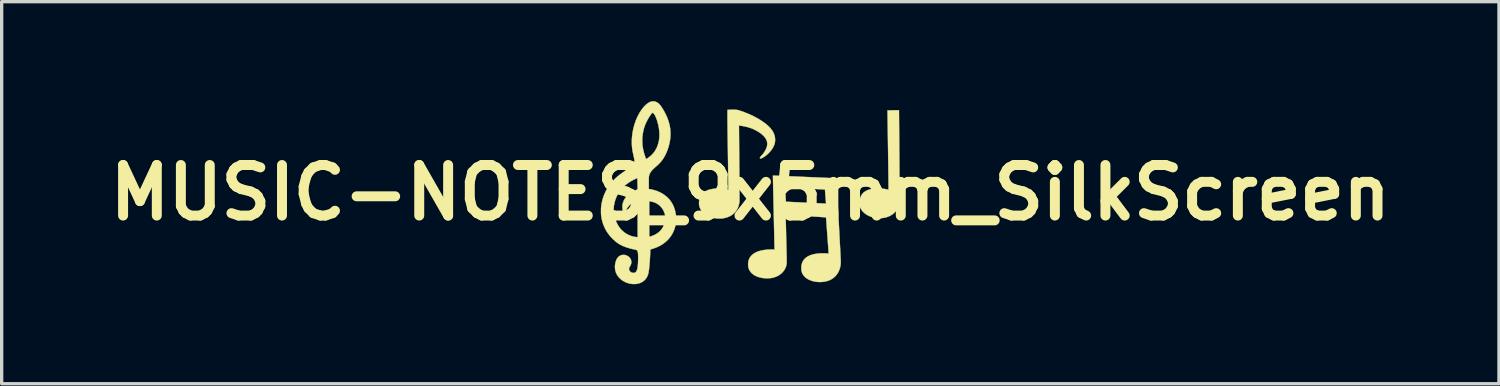
<source format=kicad_pcb>
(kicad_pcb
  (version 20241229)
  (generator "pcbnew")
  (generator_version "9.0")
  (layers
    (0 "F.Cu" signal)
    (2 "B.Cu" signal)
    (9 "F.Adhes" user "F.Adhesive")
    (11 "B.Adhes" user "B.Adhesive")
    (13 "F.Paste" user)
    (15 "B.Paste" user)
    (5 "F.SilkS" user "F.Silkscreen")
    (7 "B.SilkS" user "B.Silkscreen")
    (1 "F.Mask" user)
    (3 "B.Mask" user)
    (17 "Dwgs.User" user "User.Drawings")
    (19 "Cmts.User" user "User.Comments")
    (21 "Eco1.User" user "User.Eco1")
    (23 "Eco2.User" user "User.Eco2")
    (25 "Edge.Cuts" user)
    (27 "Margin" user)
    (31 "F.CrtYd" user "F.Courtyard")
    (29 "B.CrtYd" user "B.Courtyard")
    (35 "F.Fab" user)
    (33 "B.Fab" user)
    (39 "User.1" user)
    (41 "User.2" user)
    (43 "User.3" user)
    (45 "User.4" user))
  (footprint "MUSIC-NOTES_9x5mm_SilkScreen"
    (layer "F.Cu")
    (at 19.565 2.758)
    (property "Reference" "MUSIC-NOTES_9x5mm_SilkScreen" (at 0 0 0) (layer "F.SilkS") (effects (font (size 1.524 1.524) (thickness 0.3))))
    (attr through_hole)
    (fp_poly (pts (xy 4.477 -2.486) (xy 4.481 -2.486) (xy 4.481 -2.486) (xy 4.481 -2.484) (xy 4.481 -2.479) (xy 4.482 -2.471) (xy 4.482 -2.459) (xy 4.482 -2.445) (xy 4.482 -2.428) (xy 4.482 -2.408) (xy 4.482 -2.385) (xy 4.483 -2.36) (xy 4.483 -2.332) (xy 4.483 -2.302) (xy 4.483 -2.269) (xy 4.484 -2.235) (xy 4.484 -2.198) (xy 4.484 -2.159) (xy 4.485 -2.118) (xy 4.485 -2.076) (xy 4.485 -2.032) (xy 4.486 -1.986) (xy 4.486 -1.938) (xy 4.486 -1.889) (xy 4.487 -1.839) (xy 4.487 -1.788) (xy 4.488 -1.736) (xy 4.488 -1.682) (xy 4.488 -1.628) (xy 4.489 -1.572) (xy 4.489 -1.516) (xy 4.49 -1.46) (xy 4.49 -1.403) (xy 4.49 -1.345) (xy 4.491 -1.287) (xy 4.491 -1.229) (xy 4.492 -1.171) (xy 4.492 -1.112) (xy 4.492 -1.054) (xy 4.493 -0.996) (xy 4.493 -0.938) (xy 4.494 -0.88) (xy 4.494 -0.823) (xy 4.494 -0.767) (xy 4.495 -0.711) (xy 4.495 -0.656) (xy 4.496 -0.602) (xy 4.496 -0.548) (xy 4.496 -0.496) (xy 4.497 -0.445) (xy 4.497 -0.395) (xy 4.497 -0.346) (xy 4.498 -0.299) (xy 4.498 -0.253) (xy 4.498 -0.209) (xy 4.498 -0.167) (xy 4.499 -0.127) (xy 4.499 -0.088) (xy 4.499 -0.052) (xy 4.499 -0.017) (xy 4.5 0.015) (xy 4.5 0.045) (xy 4.5 0.072) (xy 4.5 0.097) (xy 4.5 0.119) (xy 4.5 0.139) (xy 4.5 0.155) (xy 4.5 0.169) (xy 4.5 0.18) (xy 4.5 0.188) (xy 4.5 0.192) (xy 4.5 0.215) (xy 4.499 0.234) (xy 4.499 0.25) (xy 4.498 0.264) (xy 4.497 0.274) (xy 4.497 0.274) (xy 4.49 0.32) (xy 4.48 0.363) (xy 4.468 0.404) (xy 4.453 0.443) (xy 4.435 0.48) (xy 4.415 0.515) (xy 4.392 0.548) (xy 4.366 0.579) (xy 4.348 0.599) (xy 4.323 0.623) (xy 4.297 0.644) (xy 4.27 0.663) (xy 4.241 0.681) (xy 4.21 0.698) (xy 4.204 0.701) (xy 4.162 0.72) (xy 4.119 0.735) (xy 4.074 0.748) (xy 4.028 0.757) (xy 3.981 0.764) (xy 3.933 0.768) (xy 3.884 0.768) (xy 3.849 0.767) (xy 3.809 0.763) (xy 3.767 0.757) (xy 3.725 0.749) (xy 3.684 0.739) (xy 3.645 0.727) (xy 3.607 0.713) (xy 3.594 0.708) (xy 3.554 0.689) (xy 3.517 0.669) (xy 3.482 0.647) (xy 3.45 0.623) (xy 3.421 0.598) (xy 3.394 0.571) (xy 3.37 0.543) (xy 3.349 0.514) (xy 3.331 0.483) (xy 3.316 0.451) (xy 3.306 0.426) (xy 3.297 0.392) (xy 3.29 0.357) (xy 3.287 0.322) (xy 3.288 0.285) (xy 3.291 0.249) (xy 3.298 0.211) (xy 3.309 0.174) (xy 3.311 0.165) (xy 3.323 0.134) (xy 3.334 0.105) (xy 3.347 0.08) (xy 3.361 0.057) (xy 3.377 0.035) (xy 3.394 0.016) (xy 3.413 -0.002) (xy 3.435 -0.02) (xy 3.454 -0.033) (xy 3.484 -0.052) (xy 3.517 -0.068) (xy 3.553 -0.083) (xy 3.591 -0.096) (xy 3.631 -0.106) (xy 3.673 -0.115) (xy 3.717 -0.122) (xy 3.763 -0.127) (xy 3.81 -0.129) (xy 3.858 -0.13) (xy 3.908 -0.128) (xy 3.958 -0.125) (xy 4.01 -0.119) (xy 4.023 -0.117) (xy 4.043 -0.114) (xy 4.065 -0.11) (xy 4.088 -0.106) (xy 4.11 -0.101) (xy 4.13 -0.097) (xy 4.146 -0.093) (xy 4.154 -0.091) (xy 4.16 -0.09) (xy 4.165 -0.089) (xy 4.167 -0.089) (xy 4.167 -0.089) (xy 4.167 -0.091) (xy 4.167 -0.096) (xy 4.167 -0.104) (xy 4.167 -0.116) (xy 4.167 -0.131) (xy 4.167 -0.149) (xy 4.167 -0.171) (xy 4.167 -0.195) (xy 4.166 -0.223) (xy 4.166 -0.253) (xy 4.166 -0.287) (xy 4.165 -0.323) (xy 4.165 -0.363) (xy 4.164 -0.405) (xy 4.164 -0.45) (xy 4.163 -0.498) (xy 4.163 -0.548) (xy 4.162 -0.602) (xy 4.161 -0.657) (xy 4.16 -0.716) (xy 4.16 -0.777) (xy 4.159 -0.841) (xy 4.158 -0.907) (xy 4.157 -0.976) (xy 4.156 -1.047) (xy 4.155 -1.12) (xy 4.154 -1.196) (xy 4.153 -1.274) (xy 4.151 -1.354) (xy 4.15 -1.437) (xy 4.149 -1.521) (xy 4.148 -1.608) (xy 4.146 -1.697) (xy 4.145 -1.788) (xy 4.144 -1.881) (xy 4.142 -1.976) (xy 4.141 -2.073) (xy 4.139 -2.171) (xy 4.139 -2.175) (xy 4.139 -2.207) (xy 4.138 -2.238) (xy 4.138 -2.268) (xy 4.137 -2.297) (xy 4.137 -2.324) (xy 4.137 -2.349) (xy 4.136 -2.373) (xy 4.136 -2.395) (xy 4.136 -2.415) (xy 4.136 -2.432) (xy 4.135 -2.447) (xy 4.135 -2.459) (xy 4.135 -2.469) (xy 4.135 -2.476) (xy 4.135 -2.479) (xy 4.135 -2.48) (xy 4.137 -2.48) (xy 4.142 -2.48) (xy 4.15 -2.48) (xy 4.16 -2.481) (xy 4.173 -2.481) (xy 4.187 -2.481) (xy 4.204 -2.482) (xy 4.221 -2.482) (xy 4.24 -2.482) (xy 4.26 -2.483) (xy 4.281 -2.483) (xy 4.302 -2.484) (xy 4.323 -2.484) (xy 4.343 -2.484) (xy 4.364 -2.484) (xy 4.383 -2.485) (xy 4.402 -2.485) (xy 4.419 -2.485) (xy 4.435 -2.485) (xy 4.449 -2.486) (xy 4.461 -2.486) (xy 4.47 -2.486) (xy 4.477 -2.486)) (stroke (width 0.01) (type solid)) (fill yes) (layer "F.SilkS"))
    (fp_poly (pts (xy -0.465 -2.501) (xy -0.434 -2.499) (xy -0.404 -2.496) (xy -0.377 -2.491) (xy -0.362 -2.488) (xy -0.356 -2.486) (xy -0.347 -2.483) (xy -0.336 -2.48) (xy -0.323 -2.475) (xy -0.309 -2.471) (xy -0.293 -2.466) (xy -0.277 -2.46) (xy -0.26 -2.455) (xy -0.244 -2.449) (xy -0.229 -2.444) (xy -0.214 -2.439) (xy -0.201 -2.434) (xy -0.191 -2.43) (xy -0.189 -2.429) (xy -0.104 -2.396) (xy -0.023 -2.362) (xy 0.056 -2.326) (xy 0.131 -2.288) (xy 0.203 -2.249) (xy 0.273 -2.209) (xy 0.339 -2.167) (xy 0.402 -2.123) (xy 0.436 -2.098) (xy 0.46 -2.08) (xy 0.481 -2.063) (xy 0.501 -2.046) (xy 0.521 -2.03) (xy 0.539 -2.012) (xy 0.559 -1.994) (xy 0.559 -1.993) (xy 0.59 -1.962) (xy 0.617 -1.931) (xy 0.641 -1.901) (xy 0.663 -1.87) (xy 0.682 -1.839) (xy 0.698 -1.808) (xy 0.713 -1.775) (xy 0.722 -1.748) (xy 0.732 -1.716) (xy 0.74 -1.682) (xy 0.745 -1.648) (xy 0.748 -1.613) (xy 0.748 -1.579) (xy 0.746 -1.546) (xy 0.744 -1.532) (xy 0.738 -1.496) (xy 0.728 -1.461) (xy 0.715 -1.425) (xy 0.699 -1.389) (xy 0.679 -1.353) (xy 0.657 -1.317) (xy 0.631 -1.281) (xy 0.604 -1.248) (xy 0.596 -1.239) (xy 0.586 -1.227) (xy 0.574 -1.215) (xy 0.562 -1.202) (xy 0.549 -1.189) (xy 0.536 -1.176) (xy 0.524 -1.165) (xy 0.513 -1.154) (xy 0.505 -1.147) (xy 0.482 -1.129) (xy 0.46 -1.111) (xy 0.438 -1.094) (xy 0.416 -1.079) (xy 0.394 -1.066) (xy 0.375 -1.054) (xy 0.356 -1.045) (xy 0.343 -1.039) (xy 0.328 -1.033) (xy 0.316 -1.031) (xy 0.306 -1.03) (xy 0.298 -1.032) (xy 0.293 -1.036) (xy 0.291 -1.039) (xy 0.289 -1.043) (xy 0.289 -1.048) (xy 0.29 -1.054) (xy 0.293 -1.06) (xy 0.297 -1.068) (xy 0.303 -1.077) (xy 0.312 -1.087) (xy 0.322 -1.1) (xy 0.334 -1.114) (xy 0.349 -1.13) (xy 0.356 -1.137) (xy 0.364 -1.147) (xy 0.373 -1.157) (xy 0.381 -1.167) (xy 0.389 -1.176) (xy 0.394 -1.183) (xy 0.395 -1.185) (xy 0.421 -1.222) (xy 0.443 -1.258) (xy 0.462 -1.293) (xy 0.478 -1.327) (xy 0.491 -1.361) (xy 0.501 -1.393) (xy 0.507 -1.425) (xy 0.511 -1.455) (xy 0.511 -1.486) (xy 0.508 -1.515) (xy 0.502 -1.544) (xy 0.493 -1.573) (xy 0.481 -1.601) (xy 0.466 -1.629) (xy 0.456 -1.645) (xy 0.436 -1.671) (xy 0.414 -1.698) (xy 0.388 -1.724) (xy 0.36 -1.75) (xy 0.329 -1.776) (xy 0.295 -1.801) (xy 0.259 -1.825) (xy 0.22 -1.849) (xy 0.18 -1.872) (xy 0.157 -1.885) (xy 0.112 -1.907) (xy 0.067 -1.927) (xy 0.02 -1.945) (xy -0.028 -1.961) (xy -0.078 -1.976) (xy -0.13 -1.989) (xy -0.185 -2.001) (xy -0.242 -2.011) (xy -0.283 -2.018) (xy -0.295 -2.019) (xy -0.306 -2.021) (xy -0.316 -2.023) (xy -0.325 -2.024) (xy -0.331 -2.025) (xy -0.333 -2.026) (xy -0.342 -2.028) (xy -0.341 -1.964) (xy -0.341 -1.954) (xy -0.341 -1.941) (xy -0.341 -1.925) (xy -0.341 -1.907) (xy -0.34 -1.887) (xy -0.34 -1.864) (xy -0.34 -1.84) (xy -0.34 -1.814) (xy -0.34 -1.787) (xy -0.339 -1.759) (xy -0.339 -1.73) (xy -0.339 -1.701) (xy -0.339 -1.672) (xy -0.339 -1.665) (xy -0.338 -1.648) (xy -0.338 -1.627) (xy -0.338 -1.603) (xy -0.338 -1.577) (xy -0.338 -1.547) (xy -0.337 -1.515) (xy -0.337 -1.48) (xy -0.337 -1.443) (xy -0.337 -1.404) (xy -0.336 -1.363) (xy -0.336 -1.319) (xy -0.336 -1.275) (xy -0.335 -1.228) (xy -0.335 -1.18) (xy -0.335 -1.131) (xy -0.334 -1.081) (xy -0.334 -1.029) (xy -0.333 -0.977) (xy -0.333 -0.924) (xy -0.333 -0.871) (xy -0.332 -0.817) (xy -0.332 -0.763) (xy -0.331 -0.709) (xy -0.331 -0.655) (xy -0.331 -0.637) (xy -0.33 -0.585) (xy -0.33 -0.533) (xy -0.33 -0.482) (xy -0.329 -0.432) (xy -0.329 -0.384) (xy -0.329 -0.336) (xy -0.328 -0.289) (xy -0.328 -0.244) (xy -0.328 -0.2) (xy -0.327 -0.158) (xy -0.327 -0.118) (xy -0.327 -0.079) (xy -0.327 -0.042) (xy -0.327 -0.008) (xy -0.326 0.025) (xy -0.326 0.055) (xy -0.326 0.083) (xy -0.326 0.109) (xy -0.326 0.132) (xy -0.326 0.152) (xy -0.326 0.169) (xy -0.326 0.184) (xy -0.326 0.195) (xy -0.326 0.203) (xy -0.326 0.208) (xy -0.326 0.227) (xy -0.327 0.243) (xy -0.327 0.257) (xy -0.328 0.269) (xy -0.329 0.281) (xy -0.33 0.286) (xy -0.337 0.331) (xy -0.347 0.374) (xy -0.359 0.414) (xy -0.374 0.453) (xy -0.392 0.49) (xy -0.412 0.525) (xy -0.435 0.558) (xy -0.444 0.569) (xy -0.453 0.58) (xy -0.464 0.592) (xy -0.476 0.605) (xy -0.489 0.618) (xy -0.502 0.63) (xy -0.515 0.641) (xy -0.523 0.648) (xy -0.558 0.674) (xy -0.595 0.697) (xy -0.634 0.717) (xy -0.675 0.734) (xy -0.718 0.749) (xy -0.762 0.76) (xy -0.809 0.77) (xy -0.858 0.776) (xy -0.871 0.777) (xy -0.882 0.778) (xy -0.895 0.778) (xy -0.91 0.779) (xy -0.927 0.779) (xy -0.943 0.779) (xy -0.96 0.778) (xy -0.976 0.778) (xy -0.99 0.777) (xy -1.001 0.776) (xy -1.002 0.776) (xy -1.049 0.771) (xy -1.096 0.762) (xy -1.142 0.751) (xy -1.186 0.738) (xy -1.229 0.722) (xy -1.27 0.704) (xy -1.309 0.683) (xy -1.345 0.661) (xy -1.37 0.643) (xy -1.401 0.618) (xy -1.429 0.592) (xy -1.454 0.564) (xy -1.477 0.535) (xy -1.496 0.505) (xy -1.512 0.474) (xy -1.525 0.441) (xy -1.535 0.41) (xy -1.538 0.396) (xy -1.541 0.384) (xy -1.543 0.373) (xy -1.544 0.361) (xy -1.545 0.348) (xy -1.545 0.333) (xy -1.546 0.327) (xy -1.546 0.308) (xy -1.545 0.29) (xy -1.545 0.275) (xy -1.543 0.259) (xy -1.54 0.243) (xy -1.538 0.233) (xy -1.532 0.206) (xy -1.525 0.18) (xy -1.516 0.154) (xy -1.506 0.128) (xy -1.495 0.104) (xy -1.483 0.082) (xy -1.471 0.062) (xy -1.464 0.052) (xy -1.445 0.028) (xy -1.422 0.006) (xy -1.396 -0.015) (xy -1.368 -0.034) (xy -1.337 -0.051) (xy -1.304 -0.067) (xy -1.268 -0.081) (xy -1.231 -0.093) (xy -1.191 -0.103) (xy -1.149 -0.111) (xy -1.105 -0.117) (xy -1.059 -0.122) (xy -1.012 -0.124) (xy -0.963 -0.124) (xy -0.942 -0.123) (xy -0.886 -0.12) (xy -0.829 -0.114) (xy -0.773 -0.106) (xy -0.718 -0.096) (xy -0.689 -0.089) (xy -0.681 -0.087) (xy -0.673 -0.085) (xy -0.668 -0.084) (xy -0.664 -0.083) (xy -0.664 -0.083) (xy -0.663 -0.085) (xy -0.663 -0.09) (xy -0.663 -0.098) (xy -0.663 -0.108) (xy -0.662 -0.122) (xy -0.662 -0.138) (xy -0.662 -0.157) (xy -0.662 -0.178) (xy -0.662 -0.193) (xy -0.662 -0.204) (xy -0.662 -0.215) (xy -0.662 -0.226) (xy -0.662 -0.237) (xy -0.662 -0.248) (xy -0.662 -0.26) (xy -0.662 -0.272) (xy -0.662 -0.284) (xy -0.662 -0.297) (xy -0.663 -0.31) (xy -0.663 -0.324) (xy -0.663 -0.34) (xy -0.663 -0.356) (xy -0.663 -0.373) (xy -0.663 -0.391) (xy -0.664 -0.411) (xy -0.664 -0.432) (xy -0.664 -0.455) (xy -0.665 -0.479) (xy -0.665 -0.505) (xy -0.665 -0.533) (xy -0.666 -0.563) (xy -0.666 -0.595) (xy -0.667 -0.629) (xy -0.667 -0.666) (xy -0.668 -0.705) (xy -0.668 -0.746) (xy -0.669 -0.79) (xy -0.67 -0.837) (xy -0.67 -0.886) (xy -0.671 -0.939) (xy -0.672 -0.994) (xy -0.673 -1.053) (xy -0.674 -1.115) (xy -0.674 -1.129) (xy -0.675 -1.207) (xy -0.676 -1.282) (xy -0.677 -1.353) (xy -0.678 -1.422) (xy -0.679 -1.487) (xy -0.68 -1.55) (xy -0.681 -1.61) (xy -0.682 -1.667) (xy -0.683 -1.721) (xy -0.683 -1.773) (xy -0.684 -1.823) (xy -0.685 -1.87) (xy -0.685 -1.915) (xy -0.686 -1.958) (xy -0.686 -1.962) (xy -0.686 -1.989) (xy -0.686 -2.016) (xy -0.687 -2.045) (xy -0.687 -2.075) (xy -0.687 -2.105) (xy -0.688 -2.135) (xy -0.688 -2.165) (xy -0.688 -2.195) (xy -0.688 -2.224) (xy -0.688 -2.253) (xy -0.689 -2.281) (xy -0.689 -2.309) (xy -0.689 -2.334) (xy -0.689 -2.359) (xy -0.689 -2.382) (xy -0.689 -2.403) (xy -0.689 -2.422) (xy -0.689 -2.438) (xy -0.689 -2.453) (xy -0.689 -2.464) (xy -0.689 -2.473) (xy -0.689 -2.478) (xy -0.688 -2.479) (xy -0.687 -2.497) (xy -0.651 -2.498) (xy -0.638 -2.499) (xy -0.623 -2.499) (xy -0.607 -2.5) (xy -0.591 -2.5) (xy -0.576 -2.501) (xy -0.574 -2.501) (xy -0.536 -2.502) (xy -0.5 -2.502) (xy -0.465 -2.501)) (stroke (width 0.01) (type solid)) (fill yes) (layer "F.SilkS"))
    (fp_poly (pts (xy 0.684 -0.516) (xy 0.689 -0.516) (xy 0.697 -0.516) (xy 0.708 -0.516) (xy 0.722 -0.515) (xy 0.739 -0.514) (xy 0.758 -0.513) (xy 0.781 -0.513) (xy 0.805 -0.512) (xy 0.832 -0.51) (xy 0.861 -0.509) (xy 0.893 -0.508) (xy 0.926 -0.506) (xy 0.961 -0.505) (xy 0.998 -0.503) (xy 1.036 -0.502) (xy 1.076 -0.5) (xy 1.118 -0.498) (xy 1.161 -0.497) (xy 1.205 -0.495) (xy 1.249 -0.493) (xy 1.295 -0.491) (xy 1.342 -0.489) (xy 1.39 -0.487) (xy 1.438 -0.485) (xy 1.486 -0.483) (xy 1.535 -0.48) (xy 1.584 -0.478) (xy 1.633 -0.476) (xy 1.682 -0.474) (xy 1.731 -0.472) (xy 1.78 -0.47) (xy 1.829 -0.468) (xy 1.877 -0.466) (xy 1.924 -0.464) (xy 1.971 -0.462) (xy 2.017 -0.46) (xy 2.062 -0.458) (xy 2.106 -0.456) (xy 2.149 -0.454) (xy 2.191 -0.452) (xy 2.231 -0.45) (xy 2.27 -0.448) (xy 2.307 -0.447) (xy 2.342 -0.445) (xy 2.376 -0.444) (xy 2.407 -0.442) (xy 2.437 -0.441) (xy 2.464 -0.44) (xy 2.489 -0.439) (xy 2.511 -0.438) (xy 2.531 -0.437) (xy 2.549 -0.436) (xy 2.563 -0.435) (xy 2.575 -0.435) (xy 2.583 -0.434) (xy 2.589 -0.434) (xy 2.591 -0.434) (xy 2.591 -0.434) (xy 2.595 -0.433) (xy 2.661 0.811) (xy 2.666 0.89) (xy 2.67 0.966) (xy 2.674 1.038) (xy 2.677 1.108) (xy 2.681 1.174) (xy 2.684 1.237) (xy 2.687 1.297) (xy 2.691 1.355) (xy 2.693 1.409) (xy 2.696 1.461) (xy 2.699 1.51) (xy 2.701 1.557) (xy 2.704 1.601) (xy 2.706 1.643) (xy 2.708 1.682) (xy 2.71 1.719) (xy 2.712 1.754) (xy 2.713 1.787) (xy 2.715 1.818) (xy 2.716 1.846) (xy 2.718 1.873) (xy 2.719 1.898) (xy 2.72 1.921) (xy 2.721 1.943) (xy 2.722 1.963) (xy 2.723 1.981) (xy 2.724 1.998) (xy 2.724 2.013) (xy 2.725 2.028) (xy 2.725 2.041) (xy 2.726 2.052) (xy 2.726 2.063) (xy 2.727 2.073) (xy 2.727 2.081) (xy 2.727 2.089) (xy 2.727 2.096) (xy 2.727 2.102) (xy 2.727 2.108) (xy 2.727 2.113) (xy 2.727 2.118) (xy 2.727 2.122) (xy 2.726 2.125) (xy 2.726 2.129) (xy 2.726 2.132) (xy 2.726 2.135) (xy 2.725 2.138) (xy 2.725 2.141) (xy 2.725 2.144) (xy 2.724 2.147) (xy 2.724 2.151) (xy 2.724 2.152) (xy 2.717 2.2) (xy 2.708 2.246) (xy 2.696 2.29) (xy 2.681 2.332) (xy 2.664 2.372) (xy 2.644 2.41) (xy 2.621 2.446) (xy 2.597 2.479) (xy 2.569 2.511) (xy 2.54 2.54) (xy 2.508 2.567) (xy 2.474 2.591) (xy 2.438 2.613) (xy 2.399 2.632) (xy 2.359 2.649) (xy 2.316 2.663) (xy 2.292 2.669) (xy 2.251 2.678) (xy 2.208 2.685) (xy 2.164 2.69) (xy 2.157 2.691) (xy 2.147 2.691) (xy 2.134 2.692) (xy 2.119 2.692) (xy 2.103 2.692) (xy 2.086 2.692) (xy 2.07 2.692) (xy 2.055 2.692) (xy 2.042 2.691) (xy 2.033 2.69) (xy 1.989 2.686) (xy 1.946 2.679) (xy 1.903 2.67) (xy 1.863 2.659) (xy 1.823 2.645) (xy 1.786 2.63) (xy 1.752 2.614) (xy 1.744 2.61) (xy 1.711 2.59) (xy 1.681 2.569) (xy 1.654 2.546) (xy 1.629 2.521) (xy 1.607 2.495) (xy 1.588 2.468) (xy 1.572 2.44) (xy 1.561 2.415) (xy 1.552 2.391) (xy 1.546 2.363) (xy 1.541 2.334) (xy 1.538 2.304) (xy 1.537 2.272) (xy 1.537 2.24) (xy 1.54 2.207) (xy 1.54 2.205) (xy 1.546 2.17) (xy 1.555 2.136) (xy 1.567 2.103) (xy 1.581 2.072) (xy 1.599 2.043) (xy 1.619 2.016) (xy 1.641 1.991) (xy 1.656 1.976) (xy 1.685 1.953) (xy 1.717 1.931) (xy 1.751 1.912) (xy 1.788 1.894) (xy 1.828 1.879) (xy 1.87 1.865) (xy 1.916 1.854) (xy 1.964 1.844) (xy 2.014 1.837) (xy 2.015 1.837) (xy 2.03 1.835) (xy 2.044 1.833) (xy 2.057 1.832) (xy 2.069 1.831) (xy 2.08 1.83) (xy 2.092 1.829) (xy 2.105 1.829) (xy 2.119 1.828) (xy 2.134 1.828) (xy 2.152 1.828) (xy 2.172 1.828) (xy 2.186 1.828) (xy 2.213 1.828) (xy 2.236 1.828) (xy 2.257 1.829) (xy 2.276 1.829) (xy 2.293 1.83) (xy 2.308 1.831) (xy 2.323 1.832) (xy 2.337 1.834) (xy 2.35 1.835) (xy 2.351 1.835) (xy 2.357 1.836) (xy 2.361 1.836) (xy 2.362 1.836) (xy 2.362 1.835) (xy 2.362 1.83) (xy 2.361 1.822) (xy 2.36 1.811) (xy 2.359 1.797) (xy 2.358 1.781) (xy 2.357 1.762) (xy 2.355 1.741) (xy 2.354 1.718) (xy 2.352 1.693) (xy 2.35 1.665) (xy 2.348 1.637) (xy 2.346 1.606) (xy 2.344 1.575) (xy 2.341 1.542) (xy 2.339 1.508) (xy 2.336 1.473) (xy 2.334 1.437) (xy 2.331 1.401) (xy 2.328 1.364) (xy 2.326 1.327) (xy 2.323 1.29) (xy 2.32 1.253) (xy 2.317 1.216) (xy 2.315 1.179) (xy 2.312 1.143) (xy 2.31 1.107) (xy 2.307 1.072) (xy 2.305 1.038) (xy 2.302 1.005) (xy 2.3 0.974) (xy 2.298 0.943) (xy 2.295 0.914) (xy 2.293 0.887) (xy 2.292 0.862) (xy 2.29 0.839) (xy 2.288 0.818) (xy 2.287 0.799) (xy 2.286 0.783) (xy 2.284 0.769) (xy 2.284 0.758) (xy 2.283 0.75) (xy 2.283 0.745) (xy 2.282 0.743) (xy 2.281 0.743) (xy 2.276 0.742) (xy 2.268 0.742) (xy 2.257 0.741) (xy 2.243 0.74) (xy 2.226 0.739) (xy 2.207 0.738) (xy 2.186 0.736) (xy 2.162 0.735) (xy 2.137 0.733) (xy 2.109 0.731) (xy 2.08 0.729) (xy 2.049 0.727) (xy 2.017 0.725) (xy 1.983 0.723) (xy 1.948 0.721) (xy 1.912 0.718) (xy 1.875 0.716) (xy 1.837 0.713) (xy 1.799 0.711) (xy 1.76 0.709) (xy 1.721 0.706) (xy 1.682 0.704) (xy 1.643 0.701) (xy 1.604 0.699) (xy 1.565 0.696) (xy 1.526 0.694) (xy 1.488 0.691) (xy 1.451 0.689) (xy 1.415 0.687) (xy 1.379 0.685) (xy 1.345 0.682) (xy 1.312 0.68) (xy 1.28 0.678) (xy 1.25 0.677) (xy 1.222 0.675) (xy 1.196 0.673) (xy 1.171 0.672) (xy 1.149 0.67) (xy 1.129 0.669) (xy 1.112 0.668) (xy 1.097 0.667) (xy 1.085 0.667) (xy 1.075 0.666) (xy 1.069 0.666) (xy 1.066 0.666) (xy 1.066 0.666) (xy 1.066 0.668) (xy 1.066 0.673) (xy 1.066 0.681) (xy 1.066 0.692) (xy 1.067 0.706) (xy 1.067 0.723) (xy 1.067 0.743) (xy 1.068 0.765) (xy 1.068 0.79) (xy 1.069 0.817) (xy 1.07 0.847) (xy 1.07 0.878) (xy 1.071 0.912) (xy 1.072 0.948) (xy 1.073 0.985) (xy 1.074 1.025) (xy 1.075 1.066) (xy 1.076 1.108) (xy 1.077 1.152) (xy 1.078 1.197) (xy 1.079 1.243) (xy 1.08 1.291) (xy 1.081 1.339) (xy 1.082 1.383) (xy 1.084 1.442) (xy 1.085 1.498) (xy 1.086 1.551) (xy 1.088 1.601) (xy 1.089 1.648) (xy 1.09 1.692) (xy 1.091 1.733) (xy 1.092 1.772) (xy 1.093 1.808) (xy 1.093 1.841) (xy 1.094 1.872) (xy 1.095 1.901) (xy 1.095 1.927) (xy 1.096 1.952) (xy 1.096 1.974) (xy 1.097 1.994) (xy 1.097 2.013) (xy 1.097 2.03) (xy 1.097 2.045) (xy 1.098 2.059) (xy 1.098 2.072) (xy 1.098 2.083) (xy 1.098 2.093) (xy 1.098 2.101) (xy 1.098 2.109) (xy 1.097 2.116) (xy 1.097 2.122) (xy 1.097 2.127) (xy 1.097 2.132) (xy 1.096 2.136) (xy 1.096 2.14) (xy 1.096 2.143) (xy 1.095 2.146) (xy 1.095 2.149) (xy 1.094 2.152) (xy 1.093 2.155) (xy 1.093 2.158) (xy 1.092 2.162) (xy 1.085 2.194) (xy 1.076 2.225) (xy 1.064 2.257) (xy 1.052 2.283) (xy 1.036 2.313) (xy 1.019 2.34) (xy 0.999 2.366) (xy 0.977 2.392) (xy 0.959 2.411) (xy 0.931 2.437) (xy 0.902 2.461) (xy 0.873 2.482) (xy 0.841 2.501) (xy 0.816 2.514) (xy 0.78 2.53) (xy 0.744 2.544) (xy 0.708 2.556) (xy 0.67 2.565) (xy 0.631 2.572) (xy 0.59 2.577) (xy 0.547 2.58) (xy 0.51 2.581) (xy 0.461 2.579) (xy 0.412 2.576) (xy 0.366 2.57) (xy 0.32 2.561) (xy 0.276 2.551) (xy 0.234 2.538) (xy 0.194 2.523) (xy 0.157 2.505) (xy 0.121 2.486) (xy 0.106 2.476) (xy 0.075 2.454) (xy 0.048 2.431) (xy 0.023 2.406) (xy 0.002 2.379) (xy -0.017 2.351) (xy -0.031 2.326) (xy -0.042 2.301) (xy -0.051 2.276) (xy -0.057 2.251) (xy -0.062 2.225) (xy -0.065 2.197) (xy -0.066 2.166) (xy -0.066 2.159) (xy -0.065 2.122) (xy -0.06 2.086) (xy -0.053 2.052) (xy -0.044 2.019) (xy -0.031 1.988) (xy -0.015 1.959) (xy 0.003 1.931) (xy 0.025 1.905) (xy 0.04 1.889) (xy 0.067 1.864) (xy 0.096 1.841) (xy 0.129 1.82) (xy 0.164 1.801) (xy 0.202 1.784) (xy 0.243 1.768) (xy 0.287 1.754) (xy 0.333 1.743) (xy 0.382 1.733) (xy 0.388 1.732) (xy 0.431 1.725) (xy 0.477 1.72) (xy 0.525 1.716) (xy 0.572 1.713) (xy 0.62 1.712) (xy 0.667 1.712) (xy 0.697 1.714) (xy 0.708 1.714) (xy 0.716 1.715) (xy 0.724 1.715) (xy 0.729 1.715) (xy 0.731 1.715) (xy 0.731 1.715) (xy 0.731 1.713) (xy 0.731 1.708) (xy 0.73 1.7) (xy 0.73 1.689) (xy 0.73 1.674) (xy 0.73 1.657) (xy 0.729 1.637) (xy 0.729 1.614) (xy 0.728 1.588) (xy 0.727 1.56) (xy 0.727 1.529) (xy 0.726 1.496) (xy 0.725 1.461) (xy 0.724 1.423) (xy 0.724 1.383) (xy 0.723 1.342) (xy 0.722 1.298) (xy 0.721 1.252) (xy 0.72 1.204) (xy 0.719 1.155) (xy 0.717 1.104) (xy 0.716 1.052) (xy 0.715 0.998) (xy 0.714 0.943) (xy 0.713 0.886) (xy 0.711 0.829) (xy 0.71 0.77) (xy 0.709 0.71) (xy 0.707 0.65) (xy 0.706 0.6) (xy 0.705 0.538) (xy 0.703 0.478) (xy 0.702 0.418) (xy 0.701 0.36) (xy 0.699 0.302) (xy 0.698 0.246) (xy 0.697 0.191) (xy 0.696 0.137) (xy 0.695 0.085) (xy 0.693 0.035) (xy 0.692 -0.014) (xy 0.691 -0.061) (xy 0.69 -0.107) (xy 0.689 -0.15) (xy 0.689 -0.153) (xy 1.049 -0.153) (xy 1.049 -0.152) (xy 1.049 -0.147) (xy 1.05 -0.139) (xy 1.05 -0.129) (xy 1.051 -0.116) (xy 1.052 -0.101) (xy 1.053 -0.084) (xy 1.054 -0.066) (xy 1.055 -0.046) (xy 1.056 -0.025) (xy 1.057 -0.003) (xy 1.058 0.019) (xy 1.06 0.043) (xy 1.061 0.066) (xy 1.062 0.089) (xy 1.063 0.112) (xy 1.065 0.134) (xy 1.066 0.155) (xy 1.067 0.176) (xy 1.068 0.195) (xy 1.069 0.213) (xy 1.07 0.228) (xy 1.071 0.242) (xy 1.071 0.253) (xy 1.072 0.262) (xy 1.072 0.269) (xy 1.072 0.272) (xy 1.072 0.272) (xy 1.074 0.272) (xy 1.079 0.272) (xy 1.087 0.273) (xy 1.098 0.273) (xy 1.112 0.274) (xy 1.128 0.275) (xy 1.147 0.276) (xy 1.168 0.277) (xy 1.192 0.278) (xy 1.217 0.279) (xy 1.245 0.28) (xy 1.274 0.282) (xy 1.305 0.283) (xy 1.337 0.285) (xy 1.371 0.286) (xy 1.406 0.288) (xy 1.442 0.289) (xy 1.478 0.291) (xy 1.516 0.293) (xy 1.554 0.295) (xy 1.593 0.297) (xy 1.631 0.298) (xy 1.671 0.3) (xy 1.71 0.302) (xy 1.748 0.304) (xy 1.787 0.306) (xy 1.825 0.307) (xy 1.863 0.309) (xy 1.9 0.311) (xy 1.936 0.313) (xy 1.971 0.314) (xy 2.005 0.316) (xy 2.037 0.317) (xy 2.068 0.319) (xy 2.098 0.32) (xy 2.126 0.321) (xy 2.151 0.323) (xy 2.175 0.324) (xy 2.197 0.325) (xy 2.216 0.326) (xy 2.233 0.326) (xy 2.247 0.327) (xy 2.258 0.328) (xy 2.267 0.328) (xy 2.272 0.328) (xy 2.275 0.328) (xy 2.28 0.328) (xy 2.282 0.327) (xy 2.283 0.326) (xy 2.283 0.326) (xy 2.282 0.323) (xy 2.282 0.318) (xy 2.282 0.31) (xy 2.281 0.3) (xy 2.28 0.287) (xy 2.279 0.272) (xy 2.277 0.255) (xy 2.276 0.236) (xy 2.274 0.216) (xy 2.273 0.195) (xy 2.271 0.173) (xy 2.269 0.15) (xy 2.268 0.127) (xy 2.266 0.104) (xy 2.264 0.081) (xy 2.262 0.058) (xy 2.26 0.036) (xy 2.259 0.015) (xy 2.257 -0.005) (xy 2.256 -0.024) (xy 2.254 -0.041) (xy 2.253 -0.056) (xy 2.252 -0.07) (xy 2.251 -0.081) (xy 2.251 -0.089) (xy 2.25 -0.095) (xy 2.25 -0.097) (xy 2.25 -0.098) (xy 2.248 -0.098) (xy 2.243 -0.098) (xy 2.235 -0.098) (xy 2.224 -0.099) (xy 2.21 -0.099) (xy 2.194 -0.1) (xy 2.175 -0.101) (xy 2.154 -0.102) (xy 2.13 -0.103) (xy 2.105 -0.104) (xy 2.077 -0.106) (xy 2.048 -0.107) (xy 2.017 -0.109) (xy 1.985 -0.11) (xy 1.951 -0.112) (xy 1.917 -0.113) (xy 1.881 -0.115) (xy 1.844 -0.117) (xy 1.806 -0.118) (xy 1.768 -0.12) (xy 1.73 -0.122) (xy 1.691 -0.124) (xy 1.652 -0.126) (xy 1.613 -0.127) (xy 1.574 -0.129) (xy 1.535 -0.131) (xy 1.497 -0.133) (xy 1.46 -0.135) (xy 1.423 -0.136) (xy 1.387 -0.138) (xy 1.352 -0.14) (xy 1.318 -0.141) (xy 1.286 -0.143) (xy 1.254 -0.144) (xy 1.225 -0.145) (xy 1.197 -0.147) (xy 1.172 -0.148) (xy 1.148 -0.149) (xy 1.126 -0.15) (xy 1.107 -0.151) (xy 1.09 -0.152) (xy 1.076 -0.152) (xy 1.065 -0.153) (xy 1.056 -0.153) (xy 1.051 -0.153) (xy 1.049 -0.153) (xy 1.049 -0.153) (xy 0.689 -0.153) (xy 0.688 -0.192) (xy 0.688 -0.231) (xy 0.687 -0.269) (xy 0.686 -0.304) (xy 0.685 -0.336) (xy 0.685 -0.367) (xy 0.684 -0.394) (xy 0.684 -0.42) (xy 0.683 -0.442) (xy 0.683 -0.462) (xy 0.682 -0.479) (xy 0.682 -0.492) (xy 0.682 -0.503) (xy 0.682 -0.511) (xy 0.682 -0.515) (xy 0.682 -0.516) (xy 0.684 -0.516)) (stroke (width 0.01) (type solid)) (fill yes) (layer "F.SilkS"))
    (fp_poly (pts (xy -2.91 -2.753) (xy -2.897 -2.752) (xy -2.889 -2.751) (xy -2.863 -2.745) (xy -2.838 -2.735) (xy -2.813 -2.723) (xy -2.788 -2.707) (xy -2.764 -2.688) (xy -2.741 -2.666) (xy -2.718 -2.64) (xy -2.708 -2.628) (xy -2.698 -2.615) (xy -2.687 -2.6) (xy -2.675 -2.582) (xy -2.662 -2.563) (xy -2.649 -2.541) (xy -2.635 -2.519) (xy -2.621 -2.496) (xy -2.608 -2.473) (xy -2.595 -2.45) (xy -2.594 -2.449) (xy -2.56 -2.385) (xy -2.53 -2.322) (xy -2.503 -2.259) (xy -2.479 -2.196) (xy -2.459 -2.134) (xy -2.442 -2.071) (xy -2.428 -2.009) (xy -2.417 -1.947) (xy -2.41 -1.885) (xy -2.406 -1.822) (xy -2.405 -1.76) (xy -2.408 -1.697) (xy -2.413 -1.634) (xy -2.422 -1.57) (xy -2.431 -1.523) (xy -2.445 -1.456) (xy -2.462 -1.392) (xy -2.482 -1.329) (xy -2.503 -1.268) (xy -2.527 -1.21) (xy -2.553 -1.154) (xy -2.581 -1.1) (xy -2.611 -1.049) (xy -2.626 -1.026) (xy -2.641 -1.003) (xy -2.656 -0.982) (xy -2.672 -0.961) (xy -2.688 -0.941) (xy -2.705 -0.921) (xy -2.723 -0.902) (xy -2.742 -0.882) (xy -2.763 -0.861) (xy -2.785 -0.84) (xy -2.81 -0.817) (xy -2.837 -0.793) (xy -2.858 -0.775) (xy -2.879 -0.756) (xy -2.898 -0.738) (xy -2.917 -0.72) (xy -2.933 -0.704) (xy -2.948 -0.689) (xy -2.961 -0.675) (xy -2.972 -0.663) (xy -2.978 -0.656) (xy -2.999 -0.627) (xy -3.017 -0.599) (xy -3.032 -0.57) (xy -3.043 -0.542) (xy -3.051 -0.513) (xy -3.053 -0.505) (xy -3.054 -0.498) (xy -3.055 -0.491) (xy -3.056 -0.482) (xy -3.057 -0.472) (xy -3.058 -0.461) (xy -3.058 -0.447) (xy -3.059 -0.432) (xy -3.059 -0.414) (xy -3.059 -0.394) (xy -3.059 -0.372) (xy -3.06 -0.347) (xy -3.06 -0.318) (xy -3.06 -0.287) (xy -3.059 -0.262) (xy -3.059 -0.111) (xy -3.033 -0.107) (xy -2.982 -0.099) (xy -2.932 -0.087) (xy -2.881 -0.073) (xy -2.831 -0.057) (xy -2.781 -0.037) (xy -2.733 -0.016) (xy -2.687 0.007) (xy -2.648 0.029) (xy -2.602 0.059) (xy -2.559 0.091) (xy -2.518 0.125) (xy -2.48 0.161) (xy -2.445 0.199) (xy -2.412 0.24) (xy -2.382 0.282) (xy -2.355 0.326) (xy -2.33 0.373) (xy -2.309 0.421) (xy -2.289 0.471) (xy -2.273 0.523) (xy -2.259 0.578) (xy -2.248 0.634) (xy -2.24 0.692) (xy -2.238 0.716) (xy -2.235 0.768) (xy -2.235 0.821) (xy -2.238 0.874) (xy -2.245 0.927) (xy -2.255 0.981) (xy -2.268 1.035) (xy -2.272 1.049) (xy -2.289 1.102) (xy -2.309 1.153) (xy -2.331 1.202) (xy -2.357 1.25) (xy -2.385 1.296) (xy -2.417 1.34) (xy -2.451 1.382) (xy -2.487 1.422) (xy -2.527 1.46) (xy -2.568 1.496) (xy -2.613 1.53) (xy -2.66 1.562) (xy -2.707 1.59) (xy -2.745 1.61) (xy -2.786 1.63) (xy -2.829 1.649) (xy -2.873 1.666) (xy -2.919 1.682) (xy -2.964 1.697) (xy -2.998 1.706) (xy -3.016 1.711) (xy -3.016 1.74) (xy -3.016 1.763) (xy -3.017 1.79) (xy -3.017 1.819) (xy -3.019 1.85) (xy -3.02 1.883) (xy -3.022 1.917) (xy -3.024 1.952) (xy -3.026 1.989) (xy -3.028 2.025) (xy -3.03 2.061) (xy -3.033 2.097) (xy -3.036 2.132) (xy -3.038 2.165) (xy -3.041 2.197) (xy -3.044 2.227) (xy -3.047 2.254) (xy -3.047 2.259) (xy -3.052 2.296) (xy -3.056 2.33) (xy -3.061 2.361) (xy -3.066 2.39) (xy -3.071 2.416) (xy -3.076 2.44) (xy -3.082 2.462) (xy -3.089 2.482) (xy -3.096 2.502) (xy -3.104 2.52) (xy -3.113 2.537) (xy -3.122 2.554) (xy -3.132 2.57) (xy -3.132 2.57) (xy -3.153 2.599) (xy -3.176 2.626) (xy -3.202 2.65) (xy -3.23 2.672) (xy -3.26 2.692) (xy -3.292 2.708) (xy -3.326 2.723) (xy -3.362 2.734) (xy -3.399 2.743) (xy -3.438 2.75) (xy -3.457 2.752) (xy -3.469 2.752) (xy -3.483 2.753) (xy -3.498 2.753) (xy -3.514 2.753) (xy -3.529 2.753) (xy -3.543 2.752) (xy -3.554 2.751) (xy -3.599 2.746) (xy -3.644 2.737) (xy -3.688 2.725) (xy -3.731 2.71) (xy -3.773 2.692) (xy -3.813 2.671) (xy -3.852 2.648) (xy -3.856 2.645) (xy -3.887 2.622) (xy -3.917 2.596) (xy -3.945 2.569) (xy -3.971 2.541) (xy -3.994 2.511) (xy -4.001 2.5) (xy -4.022 2.466) (xy -4.04 2.431) (xy -4.054 2.395) (xy -4.065 2.357) (xy -4.074 2.319) (xy -4.078 2.28) (xy -4.08 2.239) (xy -4.079 2.199) (xy -4.074 2.157) (xy -4.07 2.134) (xy -4.065 2.113) (xy -4.059 2.091) (xy -4.053 2.069) (xy -4.046 2.049) (xy -4.039 2.03) (xy -4.034 2.018) (xy -4.021 1.993) (xy -4.005 1.97) (xy -3.988 1.949) (xy -3.969 1.929) (xy -3.949 1.913) (xy -3.929 1.901) (xy -3.908 1.89) (xy -3.884 1.882) (xy -3.859 1.877) (xy -3.834 1.874) (xy -3.81 1.874) (xy -3.804 1.874) (xy -3.783 1.877) (xy -3.765 1.88) (xy -3.747 1.885) (xy -3.729 1.892) (xy -3.711 1.901) (xy -3.686 1.915) (xy -3.664 1.931) (xy -3.644 1.949) (xy -3.627 1.969) (xy -3.613 1.991) (xy -3.601 2.014) (xy -3.592 2.039) (xy -3.589 2.053) (xy -3.587 2.066) (xy -3.586 2.081) (xy -3.586 2.096) (xy -3.587 2.112) (xy -3.589 2.127) (xy -3.59 2.133) (xy -3.596 2.154) (xy -3.603 2.175) (xy -3.613 2.196) (xy -3.625 2.218) (xy -3.631 2.227) (xy -3.636 2.235) (xy -3.64 2.243) (xy -3.644 2.25) (xy -3.647 2.254) (xy -3.653 2.272) (xy -3.656 2.29) (xy -3.655 2.308) (xy -3.652 2.326) (xy -3.646 2.342) (xy -3.637 2.358) (xy -3.625 2.373) (xy -3.611 2.386) (xy -3.594 2.397) (xy -3.584 2.403) (xy -3.567 2.41) (xy -3.548 2.415) (xy -3.53 2.417) (xy -3.512 2.417) (xy -3.495 2.415) (xy -3.48 2.411) (xy -3.466 2.405) (xy -3.457 2.399) (xy -3.452 2.394) (xy -3.447 2.388) (xy -3.442 2.382) (xy -3.442 2.381) (xy -3.438 2.374) (xy -3.433 2.365) (xy -3.428 2.355) (xy -3.423 2.343) (xy -3.417 2.331) (xy -3.413 2.32) (xy -3.409 2.309) (xy -3.406 2.301) (xy -3.405 2.3) (xy -3.401 2.283) (xy -3.398 2.263) (xy -3.394 2.239) (xy -3.391 2.213) (xy -3.388 2.184) (xy -3.386 2.152) (xy -3.384 2.117) (xy -3.383 2.079) (xy -3.381 2.039) (xy -3.381 2) (xy -3.38 1.979) (xy -3.38 1.957) (xy -3.38 1.935) (xy -3.381 1.914) (xy -3.381 1.893) (xy -3.382 1.874) (xy -3.382 1.857) (xy -3.383 1.842) (xy -3.384 1.829) (xy -3.385 1.821) (xy -3.387 1.81) (xy -3.389 1.798) (xy -3.392 1.785) (xy -3.396 1.774) (xy -3.399 1.764) (xy -3.402 1.757) (xy -3.405 1.75) (xy -3.409 1.744) (xy -3.414 1.738) (xy -3.419 1.734) (xy -3.426 1.73) (xy -3.435 1.726) (xy -3.445 1.723) (xy -3.458 1.719) (xy -3.474 1.715) (xy -3.488 1.712) (xy -3.545 1.7) (xy -3.598 1.687) (xy -3.648 1.673) (xy -3.695 1.659) (xy -3.74 1.645) (xy -3.782 1.63) (xy -3.822 1.614) (xy -3.86 1.597) (xy -3.895 1.579) (xy -3.93 1.561) (xy -3.962 1.542) (xy -3.985 1.527) (xy -4.02 1.502) (xy -4.055 1.475) (xy -4.091 1.444) (xy -4.128 1.41) (xy -4.155 1.384) (xy -4.171 1.368) (xy -4.186 1.353) (xy -4.199 1.338) (xy -4.212 1.325) (xy -4.224 1.311) (xy -4.236 1.296) (xy -4.249 1.28) (xy -4.286 1.231) (xy -4.321 1.18) (xy -4.353 1.127) (xy -4.381 1.072) (xy -4.407 1.016) (xy -4.43 0.959) (xy -4.45 0.901) (xy -4.466 0.841) (xy -4.48 0.781) (xy -4.49 0.722) (xy -4.492 0.705) (xy -4.494 0.69) (xy -4.496 0.676) (xy -4.497 0.663) (xy -4.498 0.651) (xy -4.499 0.638) (xy -4.499 0.624) (xy -4.5 0.609) (xy -4.5 0.592) (xy -4.5 0.573) (xy -4.5 0.552) (xy -4.5 0.53) (xy -4.5 0.525) (xy -4.119 0.525) (xy -4.119 0.549) (xy -4.118 0.558) (xy -4.118 0.573) (xy -4.117 0.586) (xy -4.115 0.599) (xy -4.114 0.611) (xy -4.112 0.624) (xy -4.109 0.638) (xy -4.106 0.654) (xy -4.104 0.663) (xy -4.092 0.719) (xy -4.077 0.774) (xy -4.06 0.825) (xy -4.041 0.875) (xy -4.019 0.922) (xy -3.995 0.968) (xy -3.992 0.974) (xy -3.965 1.017) (xy -3.936 1.057) (xy -3.905 1.096) (xy -3.872 1.131) (xy -3.836 1.164) (xy -3.799 1.195) (xy -3.759 1.223) (xy -3.718 1.248) (xy -3.674 1.271) (xy -3.63 1.29) (xy -3.583 1.307) (xy -3.554 1.316) (xy -3.506 1.327) (xy -3.458 1.335) (xy -3.411 1.34) (xy -3.4 1.341) (xy -3.395 1.341) (xy -3.395 0.792) (xy -3.046 0.792) (xy -3.046 0.847) (xy -3.046 0.9) (xy -3.046 0.949) (xy -3.046 0.996) (xy -3.046 1.04) (xy -3.046 1.08) (xy -3.046 1.118) (xy -3.046 1.153) (xy -3.046 1.185) (xy -3.046 1.213) (xy -3.046 1.239) (xy -3.046 1.261) (xy -3.045 1.28) (xy -3.045 1.296) (xy -3.045 1.309) (xy -3.045 1.318) (xy -3.045 1.325) (xy -3.045 1.327) (xy -3.045 1.328) (xy -3.043 1.327) (xy -3.038 1.326) (xy -3.031 1.324) (xy -3.022 1.322) (xy -3.017 1.321) (xy -2.974 1.308) (xy -2.931 1.293) (xy -2.89 1.274) (xy -2.85 1.253) (xy -2.812 1.23) (xy -2.776 1.205) (xy -2.759 1.191) (xy -2.753 1.186) (xy -2.746 1.179) (xy -2.737 1.172) (xy -2.729 1.163) (xy -2.724 1.159) (xy -2.695 1.128) (xy -2.67 1.096) (xy -2.647 1.062) (xy -2.627 1.026) (xy -2.61 0.988) (xy -2.595 0.949) (xy -2.584 0.908) (xy -2.575 0.864) (xy -2.569 0.819) (xy -2.569 0.814) (xy -2.568 0.8) (xy -2.567 0.784) (xy -2.567 0.767) (xy -2.567 0.75) (xy -2.567 0.732) (xy -2.568 0.714) (xy -2.569 0.698) (xy -2.57 0.683) (xy -2.571 0.67) (xy -2.573 0.66) (xy -2.573 0.657) (xy -2.581 0.628) (xy -2.592 0.597) (xy -2.605 0.566) (xy -2.62 0.535) (xy -2.636 0.505) (xy -2.653 0.479) (xy -2.678 0.446) (xy -2.705 0.415) (xy -2.734 0.387) (xy -2.766 0.361) (xy -2.799 0.338) (xy -2.834 0.318) (xy -2.872 0.301) (xy -2.911 0.286) (xy -2.953 0.274) (xy -2.996 0.264) (xy -3 0.264) (xy -3.009 0.262) (xy -3.019 0.26) (xy -3.028 0.259) (xy -3.034 0.258) (xy -3.035 0.258) (xy -3.046 0.257) (xy -3.046 0.792) (xy -3.395 0.792) (xy -3.395 0.262) (xy -3.407 0.263) (xy -3.419 0.265) (xy -3.434 0.268) (xy -3.45 0.271) (xy -3.465 0.275) (xy -3.48 0.28) (xy -3.488 0.282) (xy -3.521 0.295) (xy -3.553 0.311) (xy -3.583 0.329) (xy -3.612 0.351) (xy -3.639 0.376) (xy -3.665 0.404) (xy -3.689 0.435) (xy -3.712 0.469) (xy -3.719 0.481) (xy -3.732 0.505) (xy -3.745 0.532) (xy -3.757 0.559) (xy -3.768 0.588) (xy -3.777 0.616) (xy -3.785 0.643) (xy -3.787 0.653) (xy -3.789 0.661) (xy -3.791 0.668) (xy -3.792 0.673) (xy -3.793 0.676) (xy -3.793 0.676) (xy -3.794 0.676) (xy -3.796 0.673) (xy -3.798 0.668) (xy -3.802 0.66) (xy -3.806 0.651) (xy -3.81 0.641) (xy -3.815 0.629) (xy -3.819 0.617) (xy -3.824 0.604) (xy -3.828 0.593) (xy -3.839 0.556) (xy -3.847 0.52) (xy -3.852 0.484) (xy -3.855 0.449) (xy -3.855 0.413) (xy -3.855 0.412) (xy -3.854 0.392) (xy -3.853 0.375) (xy -3.851 0.358) (xy -3.848 0.341) (xy -3.844 0.324) (xy -3.833 0.288) (xy -3.82 0.253) (xy -3.803 0.218) (xy -3.783 0.184) (xy -3.76 0.151) (xy -3.733 0.119) (xy -3.704 0.089) (xy -3.671 0.059) (xy -3.636 0.03) (xy -3.597 0.003) (xy -3.587 -0.004) (xy -3.562 -0.02) (xy -3.535 -0.035) (xy -3.506 -0.051) (xy -3.478 -0.065) (xy -3.45 -0.078) (xy -3.425 -0.088) (xy -3.416 -0.092) (xy -3.408 -0.095) (xy -3.402 -0.097) (xy -3.398 -0.099) (xy -3.397 -0.1) (xy -3.396 -0.102) (xy -3.396 -0.107) (xy -3.396 -0.114) (xy -3.397 -0.125) (xy -3.397 -0.138) (xy -3.397 -0.153) (xy -3.397 -0.17) (xy -3.398 -0.189) (xy -3.398 -0.21) (xy -3.399 -0.231) (xy -3.399 -0.254) (xy -3.399 -0.261) (xy -3.4 -0.284) (xy -3.401 -0.306) (xy -3.401 -0.328) (xy -3.402 -0.348) (xy -3.402 -0.366) (xy -3.402 -0.383) (xy -3.403 -0.398) (xy -3.403 -0.41) (xy -3.403 -0.42) (xy -3.403 -0.427) (xy -3.404 -0.431) (xy -3.404 -0.431) (xy -3.404 -0.442) (xy -3.419 -0.435) (xy -3.47 -0.413) (xy -3.521 -0.388) (xy -3.57 -0.362) (xy -3.618 -0.334) (xy -3.663 -0.305) (xy -3.706 -0.274) (xy -3.732 -0.255) (xy -3.778 -0.217) (xy -3.821 -0.177) (xy -3.862 -0.135) (xy -3.9 -0.091) (xy -3.935 -0.046) (xy -3.967 0.001) (xy -3.996 0.05) (xy -4.022 0.1) (xy -4.045 0.152) (xy -4.065 0.205) (xy -4.082 0.259) (xy -4.096 0.315) (xy -4.107 0.372) (xy -4.114 0.422) (xy -4.116 0.447) (xy -4.118 0.473) (xy -4.119 0.5) (xy -4.119 0.525) (xy -4.5 0.525) (xy -4.5 0.512) (xy -4.5 0.495) (xy -4.499 0.481) (xy -4.499 0.467) (xy -4.498 0.455) (xy -4.497 0.442) (xy -4.496 0.429) (xy -4.494 0.416) (xy -4.492 0.4) (xy -4.49 0.383) (xy -4.49 0.381) (xy -4.479 0.317) (xy -4.466 0.254) (xy -4.449 0.191) (xy -4.429 0.128) (xy -4.406 0.066) (xy -4.38 0.006) (xy -4.351 -0.054) (xy -4.319 -0.112) (xy -4.284 -0.169) (xy -4.247 -0.225) (xy -4.207 -0.278) (xy -4.164 -0.33) (xy -4.16 -0.335) (xy -4.115 -0.384) (xy -4.068 -0.431) (xy -4.018 -0.476) (xy -3.968 -0.518) (xy -3.957 -0.526) (xy -3.95 -0.531) (xy -3.941 -0.538) (xy -3.93 -0.546) (xy -3.918 -0.555) (xy -3.905 -0.565) (xy -3.891 -0.575) (xy -3.877 -0.585) (xy -3.869 -0.59) (xy -3.855 -0.601) (xy -3.84 -0.612) (xy -3.824 -0.623) (xy -3.81 -0.633) (xy -3.796 -0.643) (xy -3.784 -0.652) (xy -3.774 -0.66) (xy -3.771 -0.662) (xy -3.753 -0.675) (xy -3.732 -0.69) (xy -3.709 -0.705) (xy -3.685 -0.722) (xy -3.66 -0.738) (xy -3.634 -0.754) (xy -3.613 -0.768) (xy -3.596 -0.778) (xy -3.582 -0.788) (xy -3.569 -0.796) (xy -3.559 -0.803) (xy -3.549 -0.81) (xy -3.541 -0.816) (xy -3.534 -0.823) (xy -3.533 -0.824) (xy -3.524 -0.833) (xy -3.515 -0.842) (xy -3.507 -0.852) (xy -3.501 -0.861) (xy -3.496 -0.869) (xy -3.495 -0.871) (xy -3.492 -0.884) (xy -3.49 -0.899) (xy -3.489 -0.916) (xy -3.489 -0.936) (xy -3.491 -0.96) (xy -3.494 -0.986) (xy -3.498 -1.015) (xy -3.5 -1.026) (xy -3.502 -1.039) (xy -3.505 -1.051) (xy -3.507 -1.063) (xy -3.51 -1.075) (xy -3.512 -1.089) (xy -3.516 -1.104) (xy -3.519 -1.121) (xy -3.524 -1.14) (xy -3.529 -1.162) (xy -3.53 -1.168) (xy -3.537 -1.199) (xy -3.543 -1.228) (xy -3.548 -1.255) (xy -3.553 -1.281) (xy -3.557 -1.306) (xy -3.56 -1.333) (xy -3.563 -1.36) (xy -3.566 -1.39) (xy -3.568 -1.415) (xy -3.569 -1.424) (xy -3.569 -1.437) (xy -3.57 -1.451) (xy -3.57 -1.468) (xy -3.57 -1.486) (xy -3.57 -1.506) (xy -3.57 -1.525) (xy -3.57 -1.545) (xy -3.57 -1.565) (xy -3.57 -1.574) (xy -3.256 -1.574) (xy -3.256 -1.556) (xy -3.256 -1.537) (xy -3.256 -1.52) (xy -3.255 -1.505) (xy -3.255 -1.493) (xy -3.255 -1.493) (xy -3.249 -1.43) (xy -3.241 -1.367) (xy -3.23 -1.305) (xy -3.215 -1.241) (xy -3.198 -1.178) (xy -3.178 -1.113) (xy -3.155 -1.047) (xy -3.155 -1.047) (xy -3.142 -1.013) (xy -3.133 -1.018) (xy -3.128 -1.021) (xy -3.121 -1.025) (xy -3.112 -1.03) (xy -3.104 -1.035) (xy -3.104 -1.035) (xy -3.062 -1.063) (xy -3.022 -1.094) (xy -2.985 -1.126) (xy -2.951 -1.161) (xy -2.919 -1.198) (xy -2.889 -1.237) (xy -2.862 -1.278) (xy -2.837 -1.322) (xy -2.815 -1.367) (xy -2.796 -1.414) (xy -2.78 -1.463) (xy -2.766 -1.513) (xy -2.755 -1.565) (xy -2.747 -1.619) (xy -2.744 -1.642) (xy -2.74 -1.701) (xy -2.739 -1.761) (xy -2.741 -1.822) (xy -2.747 -1.884) (xy -2.755 -1.947) (xy -2.767 -2.011) (xy -2.781 -2.074) (xy -2.793 -2.116) (xy -2.804 -2.156) (xy -2.816 -2.193) (xy -2.828 -2.228) (xy -2.841 -2.26) (xy -2.853 -2.29) (xy -2.866 -2.316) (xy -2.878 -2.339) (xy -2.887 -2.354) (xy -2.894 -2.363) (xy -2.902 -2.372) (xy -2.91 -2.382) (xy -2.919 -2.391) (xy -2.927 -2.398) (xy -2.934 -2.404) (xy -2.937 -2.405) (xy -2.942 -2.408) (xy -2.945 -2.409) (xy -2.948 -2.409) (xy -2.95 -2.408) (xy -2.955 -2.405) (xy -2.961 -2.399) (xy -2.969 -2.391) (xy -2.978 -2.381) (xy -2.988 -2.368) (xy -2.998 -2.355) (xy -3.009 -2.339) (xy -3.021 -2.323) (xy -3.032 -2.306) (xy -3.044 -2.288) (xy -3.056 -2.27) (xy -3.065 -2.254) (xy -3.085 -2.219) (xy -3.105 -2.183) (xy -3.124 -2.146) (xy -3.141 -2.109) (xy -3.157 -2.074) (xy -3.167 -2.051) (xy -3.187 -1.996) (xy -3.205 -1.94) (xy -3.22 -1.881) (xy -3.233 -1.821) (xy -3.243 -1.76) (xy -3.251 -1.698) (xy -3.255 -1.654) (xy -3.255 -1.643) (xy -3.256 -1.628) (xy -3.256 -1.611) (xy -3.256 -1.593) (xy -3.256 -1.574) (xy -3.57 -1.574) (xy -3.57 -1.583) (xy -3.57 -1.6) (xy -3.569 -1.616) (xy -3.569 -1.629) (xy -3.568 -1.639) (xy -3.568 -1.639) (xy -3.563 -1.696) (xy -3.557 -1.749) (xy -3.55 -1.8) (xy -3.547 -1.818) (xy -3.535 -1.885) (xy -3.52 -1.951) (xy -3.503 -2.017) (xy -3.483 -2.081) (xy -3.462 -2.144) (xy -3.438 -2.206) (xy -3.412 -2.266) (xy -3.384 -2.324) (xy -3.354 -2.38) (xy -3.322 -2.433) (xy -3.289 -2.484) (xy -3.254 -2.532) (xy -3.224 -2.57) (xy -3.215 -2.581) (xy -3.205 -2.592) (xy -3.193 -2.604) (xy -3.181 -2.617) (xy -3.168 -2.63) (xy -3.156 -2.642) (xy -3.144 -2.653) (xy -3.133 -2.663) (xy -3.124 -2.67) (xy -3.123 -2.671) (xy -3.096 -2.692) (xy -3.068 -2.709) (xy -3.041 -2.725) (xy -3.013 -2.737) (xy -2.987 -2.746) (xy -2.973 -2.749) (xy -2.963 -2.751) (xy -2.951 -2.752) (xy -2.937 -2.753) (xy -2.923 -2.753) (xy -2.91 -2.753)) (stroke (width 0.01) (type solid)) (fill yes) (layer "F.SilkS")))
  (gr_rect
    (start -3 -3)
    (end 42.131 8.516)
    (stroke (width 0.1) (type default))
    (fill no)
    (layer "Edge.Cuts")))
</source>
